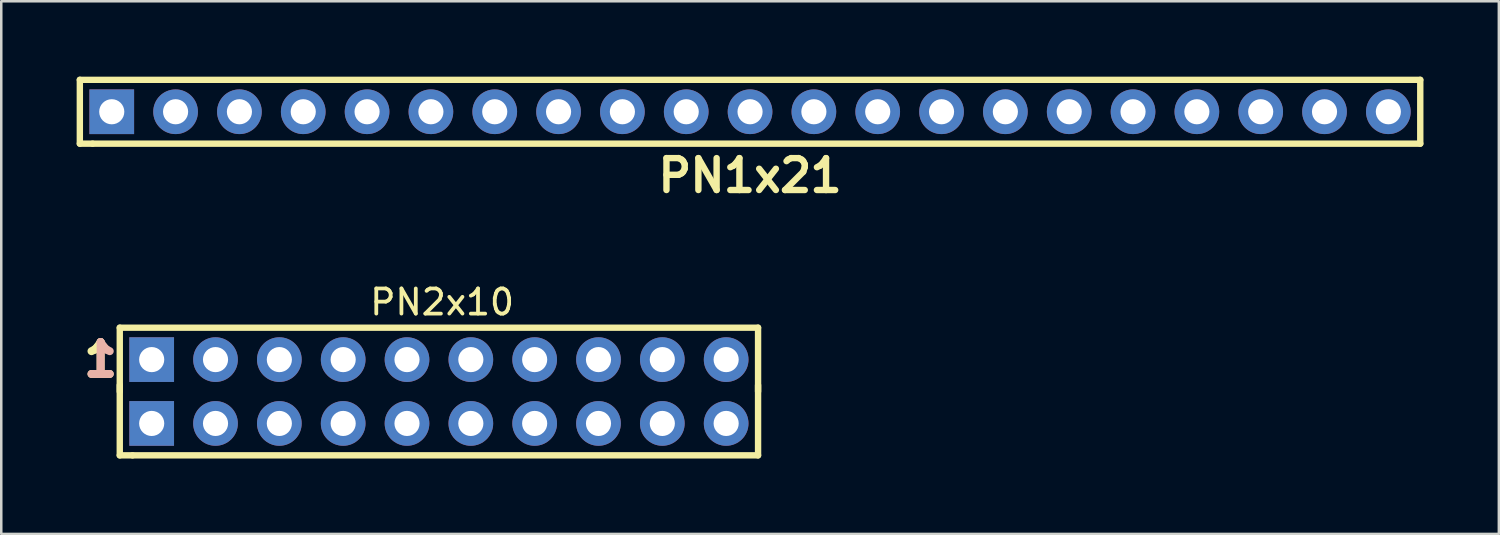
<source format=kicad_pcb>
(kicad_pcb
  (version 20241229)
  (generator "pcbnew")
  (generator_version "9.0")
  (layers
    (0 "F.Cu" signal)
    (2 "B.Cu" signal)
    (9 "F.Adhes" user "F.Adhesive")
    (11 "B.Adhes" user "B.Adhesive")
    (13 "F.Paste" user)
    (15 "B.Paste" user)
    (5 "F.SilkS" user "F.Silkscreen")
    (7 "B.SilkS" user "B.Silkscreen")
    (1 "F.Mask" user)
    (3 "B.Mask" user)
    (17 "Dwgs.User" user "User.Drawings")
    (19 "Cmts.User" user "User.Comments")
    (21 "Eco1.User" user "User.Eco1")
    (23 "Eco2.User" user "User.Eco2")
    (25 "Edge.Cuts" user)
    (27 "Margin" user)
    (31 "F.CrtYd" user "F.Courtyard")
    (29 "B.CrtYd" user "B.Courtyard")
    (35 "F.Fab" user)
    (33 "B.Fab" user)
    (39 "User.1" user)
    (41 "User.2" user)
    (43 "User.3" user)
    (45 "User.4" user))
  (footprint "PN2x10"
    (layer "F.Cu")
    (at 14.416 12.53)
    (property "Reference" "PN2x10" (at 0.127 -3.556 0) (layer "F.SilkS") (effects (font (size 1 1) (thickness 0.15))))
    (attr through_hole)
    (fp_line (start -12.7 -2.54) (end -12.7 0) (stroke (width 0.254) (type solid)) (layer "F.SilkS"))
    (fp_line (start -12.7 -2.54) (end 12.7 -2.54) (stroke (width 0.254) (type solid)) (layer "F.SilkS"))
    (fp_line (start -12.7 -0.254) (end -12.7 2.54) (stroke (width 0.254) (type solid)) (layer "F.SilkS"))
    (fp_line (start -12.192 2.54) (end -12.7 2.54) (stroke (width 0.254) (type solid)) (layer "F.SilkS"))
    (fp_line (start 12.7 -2.54) (end 12.7 0) (stroke (width 0.254) (type solid)) (layer "F.SilkS"))
    (fp_line (start 12.7 -0.254) (end 12.7 2.54) (stroke (width 0.254) (type solid)) (layer "F.SilkS"))
    (fp_line (start 12.7 2.54) (end -12.192 2.54) (stroke (width 0.254) (type solid)) (layer "F.SilkS"))
    (fp_text user "1" (at -13.462 -1.27 0) (layer "F.SilkS") (effects (font (size 1.27 1.27) (thickness 0.318))))
    (fp_text user "1" (at -13.462 -1.27 0) (layer "B.SilkS") (effects (font (size 1.27 1.27) (thickness 0.318)) (justify mirror)))
    (pad "1" thru_hole rect (at -11.43 -1.27) (size 1.778 1.778) (drill 1) (layers "*.Cu" "*.Mask"))
    (pad "2" thru_hole rect (at -11.43 1.27) (size 1.778 1.778) (drill 1) (layers "*.Cu" "*.Mask"))
    (pad "3" thru_hole circle (at -8.89 -1.27) (size 1.778 1.778) (drill 1) (layers "*.Cu" "*.Mask"))
    (pad "4" thru_hole circle (at -8.89 1.27) (size 1.778 1.778) (drill 1) (layers "*.Cu" "*.Mask"))
    (pad "5" thru_hole circle (at -6.35 -1.27) (size 1.778 1.778) (drill 1) (layers "*.Cu" "*.Mask"))
    (pad "6" thru_hole circle (at -6.35 1.27) (size 1.778 1.778) (drill 1) (layers "*.Cu" "*.Mask"))
    (pad "7" thru_hole circle (at -3.81 -1.27) (size 1.778 1.778) (drill 1) (layers "*.Cu" "*.Mask"))
    (pad "8" thru_hole circle (at -3.81 1.27) (size 1.778 1.778) (drill 1) (layers "*.Cu" "*.Mask"))
    (pad "9" thru_hole circle (at -1.27 -1.27) (size 1.778 1.778) (drill 1) (layers "*.Cu" "*.Mask"))
    (pad "10" thru_hole circle (at -1.27 1.27) (size 1.778 1.778) (drill 1) (layers "*.Cu" "*.Mask"))
    (pad "11" thru_hole circle (at 1.27 -1.27) (size 1.778 1.778) (drill 1) (layers "*.Cu" "*.Mask"))
    (pad "12" thru_hole circle (at 1.27 1.27) (size 1.778 1.778) (drill 1) (layers "*.Cu" "*.Mask"))
    (pad "13" thru_hole circle (at 3.81 -1.27) (size 1.778 1.778) (drill 1) (layers "*.Cu" "*.Mask"))
    (pad "14" thru_hole circle (at 3.81 1.27) (size 1.778 1.778) (drill 1) (layers "*.Cu" "*.Mask"))
    (pad "15" thru_hole circle (at 6.35 -1.27) (size 1.778 1.778) (drill 1) (layers "*.Cu" "*.Mask"))
    (pad "16" thru_hole circle (at 6.35 1.27 90) (size 1.778 1.778) (drill 1) (layers "*.Cu" "*.Mask"))
    (pad "17" thru_hole circle (at 8.89 -1.27) (size 1.778 1.778) (drill 1) (layers "*.Cu" "*.Mask"))
    (pad "18" thru_hole circle (at 8.89 1.27) (size 1.778 1.778) (drill 1) (layers "*.Cu" "*.Mask"))
    (pad "19" thru_hole circle (at 11.43 -1.27) (size 1.778 1.778) (drill 1) (layers "*.Cu" "*.Mask"))
    (pad "20" thru_hole circle (at 11.43 1.27) (size 1.778 1.778) (drill 1) (layers "*.Cu" "*.Mask")))
  (footprint "PN1x21"
    (layer "F.Cu")
    (at 26.797 1.397)
    (property "Reference" "PN1x21" (at 0 2.54 0) (layer "F.SilkS") (effects (font (size 1.27 1.27) (thickness 0.254))))
    (attr through_hole)
    (fp_line (start -26.67 -1.27) (end -26.67 1.27) (stroke (width 0.254) (type solid)) (layer "F.SilkS"))
    (fp_line (start -26.67 -1.27) (end 26.67 -1.27) (stroke (width 0.254) (type solid)) (layer "F.SilkS"))
    (fp_line (start -26.162 1.27) (end -26.67 1.27) (stroke (width 0.254) (type solid)) (layer "F.SilkS"))
    (fp_line (start 26.67 -1.27) (end 26.67 1.27) (stroke (width 0.254) (type solid)) (layer "F.SilkS"))
    (fp_line (start 26.67 1.27) (end -26.162 1.27) (stroke (width 0.254) (type solid)) (layer "F.SilkS"))
    (pad "1" thru_hole rect (at -25.4 0) (size 1.778 1.778) (drill 1) (layers "*.Cu" "*.Mask"))
    (pad "2" thru_hole circle (at -22.86 0) (size 1.778 1.778) (drill 1) (layers "*.Cu" "*.Mask"))
    (pad "3" thru_hole circle (at -20.32 0) (size 1.778 1.778) (drill 1) (layers "*.Cu" "*.Mask"))
    (pad "4" thru_hole circle (at -17.78 0) (size 1.778 1.778) (drill 1) (layers "*.Cu" "*.Mask"))
    (pad "5" thru_hole circle (at -15.24 0) (size 1.778 1.778) (drill 1) (layers "*.Cu" "*.Mask"))
    (pad "6" thru_hole circle (at -12.7 0) (size 1.778 1.778) (drill 1) (layers "*.Cu" "*.Mask"))
    (pad "7" thru_hole circle (at -10.16 0) (size 1.778 1.778) (drill 1) (layers "*.Cu" "*.Mask"))
    (pad "8" thru_hole circle (at -7.62 0) (size 1.778 1.778) (drill 1) (layers "*.Cu" "*.Mask"))
    (pad "9" thru_hole circle (at -5.08 0) (size 1.778 1.778) (drill 1) (layers "*.Cu" "*.Mask"))
    (pad "10" thru_hole circle (at -2.54 0) (size 1.778 1.778) (drill 1) (layers "*.Cu" "*.Mask"))
    (pad "11" thru_hole circle (at 0 0) (size 1.778 1.778) (drill 1) (layers "*.Cu" "*.Mask"))
    (pad "12" thru_hole circle (at 2.54 0) (size 1.778 1.778) (drill 1) (layers "*.Cu" "*.Mask"))
    (pad "13" thru_hole circle (at 5.08 0) (size 1.778 1.778) (drill 1) (layers "*.Cu" "*.Mask"))
    (pad "14" thru_hole circle (at 7.62 0) (size 1.778 1.778) (drill 1) (layers "*.Cu" "*.Mask"))
    (pad "15" thru_hole circle (at 10.16 0) (size 1.778 1.778) (drill 1) (layers "*.Cu" "*.Mask"))
    (pad "16" thru_hole circle (at 12.7 0) (size 1.778 1.778) (drill 1) (layers "*.Cu" "*.Mask"))
    (pad "17" thru_hole circle (at 15.24 0) (size 1.778 1.778) (drill 1) (layers "*.Cu" "*.Mask"))
    (pad "18" thru_hole circle (at 17.78 0) (size 1.778 1.778) (drill 1) (layers "*.Cu" "*.Mask"))
    (pad "19" thru_hole circle (at 20.32 0) (size 1.778 1.778) (drill 1) (layers "*.Cu" "*.Mask"))
    (pad "20" thru_hole circle (at 22.86 0) (size 1.778 1.778) (drill 1) (layers "*.Cu" "*.Mask"))
    (pad "21" thru_hole circle (at 25.4 0) (size 1.778 1.778) (drill 1) (layers "*.Cu" "*.Mask")))
  (gr_rect
    (start -3 -3)
    (end 56.594 18.197)
    (stroke (width 0.1) (type default))
    (fill no)
    (layer "Edge.Cuts")))
</source>
